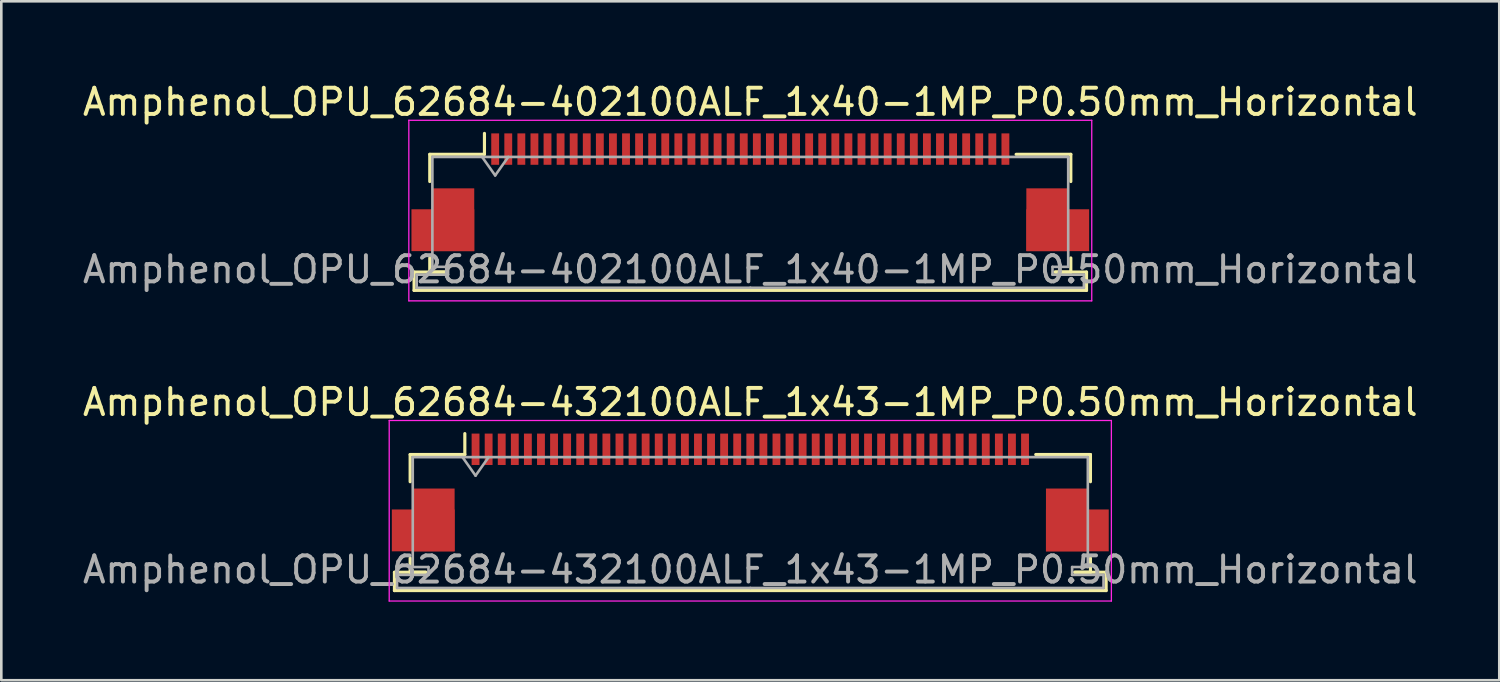
<source format=kicad_pcb>
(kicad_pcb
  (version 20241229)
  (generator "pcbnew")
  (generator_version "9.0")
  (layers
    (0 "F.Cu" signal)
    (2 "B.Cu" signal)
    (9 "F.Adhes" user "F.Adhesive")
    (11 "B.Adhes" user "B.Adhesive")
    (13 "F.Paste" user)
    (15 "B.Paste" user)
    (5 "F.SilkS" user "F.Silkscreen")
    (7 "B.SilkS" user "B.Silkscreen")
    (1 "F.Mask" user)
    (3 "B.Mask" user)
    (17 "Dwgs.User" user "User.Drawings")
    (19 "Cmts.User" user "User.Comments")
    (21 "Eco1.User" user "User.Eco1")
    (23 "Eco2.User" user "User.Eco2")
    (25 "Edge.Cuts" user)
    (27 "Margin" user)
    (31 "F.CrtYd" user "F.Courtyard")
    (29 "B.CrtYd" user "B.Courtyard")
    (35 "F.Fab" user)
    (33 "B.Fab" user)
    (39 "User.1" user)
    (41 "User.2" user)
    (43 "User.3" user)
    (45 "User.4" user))
  (footprint "Amphenol_OPU_62684-432100ALF_1x43-1MP_P0.50mm_Horizontal"
    (layer "F.Cu")
    (at 25.625 15.771)
    (property "Reference" "Amphenol_OPU_62684-432100ALF_1x43-1MP_P0.50mm_Horizontal" (at 0 -3.45 0) (layer "F.SilkS") (effects (font (size 1 1) (thickness 0.15))))
    (attr smd)
    (fp_line (start -13.6 3.05) (end -13.6 3.75) (stroke (width 0.12) (type solid)) (layer "F.SilkS"))
    (fp_line (start -13.6 3.75) (end 13.6 3.75) (stroke (width 0.12) (type solid)) (layer "F.SilkS"))
    (fp_line (start -13 -1.45) (end -13 -0.41) (stroke (width 0.12) (type solid)) (layer "F.SilkS"))
    (fp_line (start -13 2.51) (end -13 3.05) (stroke (width 0.12) (type solid)) (layer "F.SilkS"))
    (fp_line (start -13 3.05) (end -12.4 3.05) (stroke (width 0.12) (type solid)) (layer "F.SilkS"))
    (fp_line (start -12.4 3.05) (end -13.6 3.05) (stroke (width 0.12) (type solid)) (layer "F.SilkS"))
    (fp_line (start -10.91 -1.45) (end -13 -1.45) (stroke (width 0.12) (type solid)) (layer "F.SilkS"))
    (fp_line (start -10.91 -1.45) (end -10.91 -2.25) (stroke (width 0.12) (type solid)) (layer "F.SilkS"))
    (fp_line (start 10.91 -1.45) (end 13 -1.45) (stroke (width 0.12) (type solid)) (layer "F.SilkS"))
    (fp_line (start 12.4 3.05) (end 13 3.05) (stroke (width 0.12) (type solid)) (layer "F.SilkS"))
    (fp_line (start 13 -1.45) (end 13 -0.41) (stroke (width 0.12) (type solid)) (layer "F.SilkS"))
    (fp_line (start 13 3.05) (end 13 2.51) (stroke (width 0.12) (type solid)) (layer "F.SilkS"))
    (fp_line (start 13.6 3.05) (end 12.4 3.05) (stroke (width 0.12) (type solid)) (layer "F.SilkS"))
    (fp_line (start 13.6 3.75) (end 13.6 3.05) (stroke (width 0.12) (type solid)) (layer "F.SilkS"))
    (fp_line (start -13.8 -2.75) (end -13.8 4.15) (stroke (width 0.05) (type solid)) (layer "F.CrtYd"))
    (fp_line (start -13.8 4.15) (end 13.8 4.15) (stroke (width 0.05) (type solid)) (layer "F.CrtYd"))
    (fp_line (start 13.8 -2.75) (end -13.8 -2.75) (stroke (width 0.05) (type solid)) (layer "F.CrtYd"))
    (fp_line (start 13.8 4.15) (end 13.8 -2.75) (stroke (width 0.05) (type solid)) (layer "F.CrtYd"))
    (fp_line (start -13.5 3.15) (end -13.5 3.65) (stroke (width 0.1) (type solid)) (layer "F.Fab"))
    (fp_line (start -13.5 3.65) (end 0 3.65) (stroke (width 0.1) (type solid)) (layer "F.Fab"))
    (fp_line (start -12.9 -1.35) (end -12.9 2.85) (stroke (width 0.1) (type solid)) (layer "F.Fab"))
    (fp_line (start -12.9 2.85) (end -12.3 2.85) (stroke (width 0.1) (type solid)) (layer "F.Fab"))
    (fp_line (start -12.3 2.85) (end -12.3 3.15) (stroke (width 0.1) (type solid)) (layer "F.Fab"))
    (fp_line (start -12.3 3.15) (end -13.5 3.15) (stroke (width 0.1) (type solid)) (layer "F.Fab"))
    (fp_line (start -11 -1.35) (end -10.5 -0.643) (stroke (width 0.1) (type solid)) (layer "F.Fab"))
    (fp_line (start -10.5 -0.643) (end -10 -1.35) (stroke (width 0.1) (type solid)) (layer "F.Fab"))
    (fp_line (start 0 -1.35) (end -12.9 -1.35) (stroke (width 0.1) (type solid)) (layer "F.Fab"))
    (fp_line (start 0 -1.35) (end 12.9 -1.35) (stroke (width 0.1) (type solid)) (layer "F.Fab"))
    (fp_line (start 12.3 2.85) (end 12.3 3.15) (stroke (width 0.1) (type solid)) (layer "F.Fab"))
    (fp_line (start 12.3 3.15) (end 13.5 3.15) (stroke (width 0.1) (type solid)) (layer "F.Fab"))
    (fp_line (start 12.9 -1.35) (end 12.9 2.85) (stroke (width 0.1) (type solid)) (layer "F.Fab"))
    (fp_line (start 12.9 2.85) (end 12.3 2.85) (stroke (width 0.1) (type solid)) (layer "F.Fab"))
    (fp_line (start 13.5 3.15) (end 13.5 3.65) (stroke (width 0.1) (type solid)) (layer "F.Fab"))
    (fp_line (start 13.5 3.65) (end 0 3.65) (stroke (width 0.1) (type solid)) (layer "F.Fab"))
    (fp_text user "${REFERENCE}" (at 0 2.95 0) (layer "F.Fab") (effects (font (size 1 1) (thickness 0.15))))
    (pad "1" smd rect (at -10.5 -1.65) (size 0.3 1.2) (layers "F.Cu" "F.Mask" "F.Paste"))
    (pad "2" smd rect (at -10 -1.65) (size 0.3 1.2) (layers "F.Cu" "F.Mask" "F.Paste"))
    (pad "3" smd rect (at -9.5 -1.65) (size 0.3 1.2) (layers "F.Cu" "F.Mask" "F.Paste"))
    (pad "4" smd rect (at -9 -1.65) (size 0.3 1.2) (layers "F.Cu" "F.Mask" "F.Paste"))
    (pad "5" smd rect (at -8.5 -1.65) (size 0.3 1.2) (layers "F.Cu" "F.Mask" "F.Paste"))
    (pad "6" smd rect (at -8 -1.65) (size 0.3 1.2) (layers "F.Cu" "F.Mask" "F.Paste"))
    (pad "7" smd rect (at -7.5 -1.65) (size 0.3 1.2) (layers "F.Cu" "F.Mask" "F.Paste"))
    (pad "8" smd rect (at -7 -1.65) (size 0.3 1.2) (layers "F.Cu" "F.Mask" "F.Paste"))
    (pad "9" smd rect (at -6.5 -1.65) (size 0.3 1.2) (layers "F.Cu" "F.Mask" "F.Paste"))
    (pad "10" smd rect (at -6 -1.65) (size 0.3 1.2) (layers "F.Cu" "F.Mask" "F.Paste"))
    (pad "11" smd rect (at -5.5 -1.65) (size 0.3 1.2) (layers "F.Cu" "F.Mask" "F.Paste"))
    (pad "12" smd rect (at -5 -1.65) (size 0.3 1.2) (layers "F.Cu" "F.Mask" "F.Paste"))
    (pad "13" smd rect (at -4.5 -1.65) (size 0.3 1.2) (layers "F.Cu" "F.Mask" "F.Paste"))
    (pad "14" smd rect (at -4 -1.65) (size 0.3 1.2) (layers "F.Cu" "F.Mask" "F.Paste"))
    (pad "15" smd rect (at -3.5 -1.65) (size 0.3 1.2) (layers "F.Cu" "F.Mask" "F.Paste"))
    (pad "16" smd rect (at -3 -1.65) (size 0.3 1.2) (layers "F.Cu" "F.Mask" "F.Paste"))
    (pad "17" smd rect (at -2.5 -1.65) (size 0.3 1.2) (layers "F.Cu" "F.Mask" "F.Paste"))
    (pad "18" smd rect (at -2 -1.65) (size 0.3 1.2) (layers "F.Cu" "F.Mask" "F.Paste"))
    (pad "19" smd rect (at -1.5 -1.65) (size 0.3 1.2) (layers "F.Cu" "F.Mask" "F.Paste"))
    (pad "20" smd rect (at -1 -1.65) (size 0.3 1.2) (layers "F.Cu" "F.Mask" "F.Paste"))
    (pad "21" smd rect (at -0.5 -1.65) (size 0.3 1.2) (layers "F.Cu" "F.Mask" "F.Paste"))
    (pad "22" smd rect (at 0 -1.65) (size 0.3 1.2) (layers "F.Cu" "F.Mask" "F.Paste"))
    (pad "23" smd rect (at 0.5 -1.65) (size 0.3 1.2) (layers "F.Cu" "F.Mask" "F.Paste"))
    (pad "24" smd rect (at 1 -1.65) (size 0.3 1.2) (layers "F.Cu" "F.Mask" "F.Paste"))
    (pad "25" smd rect (at 1.5 -1.65) (size 0.3 1.2) (layers "F.Cu" "F.Mask" "F.Paste"))
    (pad "26" smd rect (at 2 -1.65) (size 0.3 1.2) (layers "F.Cu" "F.Mask" "F.Paste"))
    (pad "27" smd rect (at 2.5 -1.65) (size 0.3 1.2) (layers "F.Cu" "F.Mask" "F.Paste"))
    (pad "28" smd rect (at 3 -1.65) (size 0.3 1.2) (layers "F.Cu" "F.Mask" "F.Paste"))
    (pad "29" smd rect (at 3.5 -1.65) (size 0.3 1.2) (layers "F.Cu" "F.Mask" "F.Paste"))
    (pad "30" smd rect (at 4 -1.65) (size 0.3 1.2) (layers "F.Cu" "F.Mask" "F.Paste"))
    (pad "31" smd rect (at 4.5 -1.65) (size 0.3 1.2) (layers "F.Cu" "F.Mask" "F.Paste"))
    (pad "32" smd rect (at 5 -1.65) (size 0.3 1.2) (layers "F.Cu" "F.Mask" "F.Paste"))
    (pad "33" smd rect (at 5.5 -1.65) (size 0.3 1.2) (layers "F.Cu" "F.Mask" "F.Paste"))
    (pad "34" smd rect (at 6 -1.65) (size 0.3 1.2) (layers "F.Cu" "F.Mask" "F.Paste"))
    (pad "35" smd rect (at 6.5 -1.65) (size 0.3 1.2) (layers "F.Cu" "F.Mask" "F.Paste"))
    (pad "36" smd rect (at 7 -1.65) (size 0.3 1.2) (layers "F.Cu" "F.Mask" "F.Paste"))
    (pad "37" smd rect (at 7.5 -1.65) (size 0.3 1.2) (layers "F.Cu" "F.Mask" "F.Paste"))
    (pad "38" smd rect (at 8 -1.65) (size 0.3 1.2) (layers "F.Cu" "F.Mask" "F.Paste"))
    (pad "39" smd rect (at 8.5 -1.65) (size 0.3 1.2) (layers "F.Cu" "F.Mask" "F.Paste"))
    (pad "40" smd rect (at 9 -1.65) (size 0.3 1.2) (layers "F.Cu" "F.Mask" "F.Paste"))
    (pad "41" smd rect (at 9.5 -1.65) (size 0.3 1.2) (layers "F.Cu" "F.Mask" "F.Paste"))
    (pad "42" smd rect (at 10 -1.65) (size 0.3 1.2) (layers "F.Cu" "F.Mask" "F.Paste"))
    (pad "43" smd rect (at 10.5 -1.65) (size 0.3 1.2) (layers "F.Cu" "F.Mask" "F.Paste"))
    (pad "MP" smd rect (at -12.5 1.45) (size 2.4 1.6) (layers "F.Cu" "F.Mask" "F.Paste"))
    (pad "MP" smd rect (at -12.1 1.05) (size 1.6 2.4) (layers "F.Cu" "F.Mask" "F.Paste"))
    (pad "MP" smd rect (at 12.1 1.05) (size 1.6 2.4) (layers "F.Cu" "F.Mask" "F.Paste"))
    (pad "MP" smd rect (at 12.5 1.45) (size 2.4 1.6) (layers "F.Cu" "F.Mask" "F.Paste")))
  (footprint "Amphenol_OPU_62684-402100ALF_1x40-1MP_P0.50mm_Horizontal"
    (layer "F.Cu")
    (at 25.625 4.298)
    (property "Reference" "Amphenol_OPU_62684-402100ALF_1x40-1MP_P0.50mm_Horizontal" (at 0 -3.45 0) (layer "F.SilkS") (effects (font (size 1 1) (thickness 0.15))))
    (attr smd)
    (fp_line (start -12.85 3.05) (end -12.85 3.75) (stroke (width 0.12) (type solid)) (layer "F.SilkS"))
    (fp_line (start -12.85 3.75) (end 12.85 3.75) (stroke (width 0.12) (type solid)) (layer "F.SilkS"))
    (fp_line (start -12.25 -1.45) (end -12.25 -0.41) (stroke (width 0.12) (type solid)) (layer "F.SilkS"))
    (fp_line (start -12.25 2.51) (end -12.25 3.05) (stroke (width 0.12) (type solid)) (layer "F.SilkS"))
    (fp_line (start -12.25 3.05) (end -11.65 3.05) (stroke (width 0.12) (type solid)) (layer "F.SilkS"))
    (fp_line (start -11.65 3.05) (end -12.85 3.05) (stroke (width 0.12) (type solid)) (layer "F.SilkS"))
    (fp_line (start -10.16 -1.45) (end -12.25 -1.45) (stroke (width 0.12) (type solid)) (layer "F.SilkS"))
    (fp_line (start -10.16 -1.45) (end -10.16 -2.25) (stroke (width 0.12) (type solid)) (layer "F.SilkS"))
    (fp_line (start 10.16 -1.45) (end 12.25 -1.45) (stroke (width 0.12) (type solid)) (layer "F.SilkS"))
    (fp_line (start 11.65 3.05) (end 12.25 3.05) (stroke (width 0.12) (type solid)) (layer "F.SilkS"))
    (fp_line (start 12.25 -1.45) (end 12.25 -0.41) (stroke (width 0.12) (type solid)) (layer "F.SilkS"))
    (fp_line (start 12.25 3.05) (end 12.25 2.51) (stroke (width 0.12) (type solid)) (layer "F.SilkS"))
    (fp_line (start 12.85 3.05) (end 11.65 3.05) (stroke (width 0.12) (type solid)) (layer "F.SilkS"))
    (fp_line (start 12.85 3.75) (end 12.85 3.05) (stroke (width 0.12) (type solid)) (layer "F.SilkS"))
    (fp_line (start -13.05 -2.75) (end -13.05 4.15) (stroke (width 0.05) (type solid)) (layer "F.CrtYd"))
    (fp_line (start -13.05 4.15) (end 13.05 4.15) (stroke (width 0.05) (type solid)) (layer "F.CrtYd"))
    (fp_line (start 13.05 -2.75) (end -13.05 -2.75) (stroke (width 0.05) (type solid)) (layer "F.CrtYd"))
    (fp_line (start 13.05 4.15) (end 13.05 -2.75) (stroke (width 0.05) (type solid)) (layer "F.CrtYd"))
    (fp_line (start -12.75 3.15) (end -12.75 3.65) (stroke (width 0.1) (type solid)) (layer "F.Fab"))
    (fp_line (start -12.75 3.65) (end 0 3.65) (stroke (width 0.1) (type solid)) (layer "F.Fab"))
    (fp_line (start -12.15 -1.35) (end -12.15 2.85) (stroke (width 0.1) (type solid)) (layer "F.Fab"))
    (fp_line (start -12.15 2.85) (end -11.55 2.85) (stroke (width 0.1) (type solid)) (layer "F.Fab"))
    (fp_line (start -11.55 2.85) (end -11.55 3.15) (stroke (width 0.1) (type solid)) (layer "F.Fab"))
    (fp_line (start -11.55 3.15) (end -12.75 3.15) (stroke (width 0.1) (type solid)) (layer "F.Fab"))
    (fp_line (start -10.25 -1.35) (end -9.75 -0.643) (stroke (width 0.1) (type solid)) (layer "F.Fab"))
    (fp_line (start -9.75 -0.643) (end -9.25 -1.35) (stroke (width 0.1) (type solid)) (layer "F.Fab"))
    (fp_line (start 0 -1.35) (end -12.15 -1.35) (stroke (width 0.1) (type solid)) (layer "F.Fab"))
    (fp_line (start 0 -1.35) (end 12.15 -1.35) (stroke (width 0.1) (type solid)) (layer "F.Fab"))
    (fp_line (start 11.55 2.85) (end 11.55 3.15) (stroke (width 0.1) (type solid)) (layer "F.Fab"))
    (fp_line (start 11.55 3.15) (end 12.75 3.15) (stroke (width 0.1) (type solid)) (layer "F.Fab"))
    (fp_line (start 12.15 -1.35) (end 12.15 2.85) (stroke (width 0.1) (type solid)) (layer "F.Fab"))
    (fp_line (start 12.15 2.85) (end 11.55 2.85) (stroke (width 0.1) (type solid)) (layer "F.Fab"))
    (fp_line (start 12.75 3.15) (end 12.75 3.65) (stroke (width 0.1) (type solid)) (layer "F.Fab"))
    (fp_line (start 12.75 3.65) (end 0 3.65) (stroke (width 0.1) (type solid)) (layer "F.Fab"))
    (fp_text user "${REFERENCE}" (at 0 2.95 0) (layer "F.Fab") (effects (font (size 1 1) (thickness 0.15))))
    (pad "1" smd rect (at -9.75 -1.65) (size 0.3 1.2) (layers "F.Cu" "F.Mask" "F.Paste"))
    (pad "2" smd rect (at -9.25 -1.65) (size 0.3 1.2) (layers "F.Cu" "F.Mask" "F.Paste"))
    (pad "3" smd rect (at -8.75 -1.65) (size 0.3 1.2) (layers "F.Cu" "F.Mask" "F.Paste"))
    (pad "4" smd rect (at -8.25 -1.65) (size 0.3 1.2) (layers "F.Cu" "F.Mask" "F.Paste"))
    (pad "5" smd rect (at -7.75 -1.65) (size 0.3 1.2) (layers "F.Cu" "F.Mask" "F.Paste"))
    (pad "6" smd rect (at -7.25 -1.65) (size 0.3 1.2) (layers "F.Cu" "F.Mask" "F.Paste"))
    (pad "7" smd rect (at -6.75 -1.65) (size 0.3 1.2) (layers "F.Cu" "F.Mask" "F.Paste"))
    (pad "8" smd rect (at -6.25 -1.65) (size 0.3 1.2) (layers "F.Cu" "F.Mask" "F.Paste"))
    (pad "9" smd rect (at -5.75 -1.65) (size 0.3 1.2) (layers "F.Cu" "F.Mask" "F.Paste"))
    (pad "10" smd rect (at -5.25 -1.65) (size 0.3 1.2) (layers "F.Cu" "F.Mask" "F.Paste"))
    (pad "11" smd rect (at -4.75 -1.65) (size 0.3 1.2) (layers "F.Cu" "F.Mask" "F.Paste"))
    (pad "12" smd rect (at -4.25 -1.65) (size 0.3 1.2) (layers "F.Cu" "F.Mask" "F.Paste"))
    (pad "13" smd rect (at -3.75 -1.65) (size 0.3 1.2) (layers "F.Cu" "F.Mask" "F.Paste"))
    (pad "14" smd rect (at -3.25 -1.65) (size 0.3 1.2) (layers "F.Cu" "F.Mask" "F.Paste"))
    (pad "15" smd rect (at -2.75 -1.65) (size 0.3 1.2) (layers "F.Cu" "F.Mask" "F.Paste"))
    (pad "16" smd rect (at -2.25 -1.65) (size 0.3 1.2) (layers "F.Cu" "F.Mask" "F.Paste"))
    (pad "17" smd rect (at -1.75 -1.65) (size 0.3 1.2) (layers "F.Cu" "F.Mask" "F.Paste"))
    (pad "18" smd rect (at -1.25 -1.65) (size 0.3 1.2) (layers "F.Cu" "F.Mask" "F.Paste"))
    (pad "19" smd rect (at -0.75 -1.65) (size 0.3 1.2) (layers "F.Cu" "F.Mask" "F.Paste"))
    (pad "20" smd rect (at -0.25 -1.65) (size 0.3 1.2) (layers "F.Cu" "F.Mask" "F.Paste"))
    (pad "21" smd rect (at 0.25 -1.65) (size 0.3 1.2) (layers "F.Cu" "F.Mask" "F.Paste"))
    (pad "22" smd rect (at 0.75 -1.65) (size 0.3 1.2) (layers "F.Cu" "F.Mask" "F.Paste"))
    (pad "23" smd rect (at 1.25 -1.65) (size 0.3 1.2) (layers "F.Cu" "F.Mask" "F.Paste"))
    (pad "24" smd rect (at 1.75 -1.65) (size 0.3 1.2) (layers "F.Cu" "F.Mask" "F.Paste"))
    (pad "25" smd rect (at 2.25 -1.65) (size 0.3 1.2) (layers "F.Cu" "F.Mask" "F.Paste"))
    (pad "26" smd rect (at 2.75 -1.65) (size 0.3 1.2) (layers "F.Cu" "F.Mask" "F.Paste"))
    (pad "27" smd rect (at 3.25 -1.65) (size 0.3 1.2) (layers "F.Cu" "F.Mask" "F.Paste"))
    (pad "28" smd rect (at 3.75 -1.65) (size 0.3 1.2) (layers "F.Cu" "F.Mask" "F.Paste"))
    (pad "29" smd rect (at 4.25 -1.65) (size 0.3 1.2) (layers "F.Cu" "F.Mask" "F.Paste"))
    (pad "30" smd rect (at 4.75 -1.65) (size 0.3 1.2) (layers "F.Cu" "F.Mask" "F.Paste"))
    (pad "31" smd rect (at 5.25 -1.65) (size 0.3 1.2) (layers "F.Cu" "F.Mask" "F.Paste"))
    (pad "32" smd rect (at 5.75 -1.65) (size 0.3 1.2) (layers "F.Cu" "F.Mask" "F.Paste"))
    (pad "33" smd rect (at 6.25 -1.65) (size 0.3 1.2) (layers "F.Cu" "F.Mask" "F.Paste"))
    (pad "34" smd rect (at 6.75 -1.65) (size 0.3 1.2) (layers "F.Cu" "F.Mask" "F.Paste"))
    (pad "35" smd rect (at 7.25 -1.65) (size 0.3 1.2) (layers "F.Cu" "F.Mask" "F.Paste"))
    (pad "36" smd rect (at 7.75 -1.65) (size 0.3 1.2) (layers "F.Cu" "F.Mask" "F.Paste"))
    (pad "37" smd rect (at 8.25 -1.65) (size 0.3 1.2) (layers "F.Cu" "F.Mask" "F.Paste"))
    (pad "38" smd rect (at 8.75 -1.65) (size 0.3 1.2) (layers "F.Cu" "F.Mask" "F.Paste"))
    (pad "39" smd rect (at 9.25 -1.65) (size 0.3 1.2) (layers "F.Cu" "F.Mask" "F.Paste"))
    (pad "40" smd rect (at 9.75 -1.65) (size 0.3 1.2) (layers "F.Cu" "F.Mask" "F.Paste"))
    (pad "MP" smd rect (at -11.75 1.45) (size 2.4 1.6) (layers "F.Cu" "F.Mask" "F.Paste"))
    (pad "MP" smd rect (at -11.35 1.05) (size 1.6 2.4) (layers "F.Cu" "F.Mask" "F.Paste"))
    (pad "MP" smd rect (at 11.35 1.05) (size 1.6 2.4) (layers "F.Cu" "F.Mask" "F.Paste"))
    (pad "MP" smd rect (at 11.75 1.45) (size 2.4 1.6) (layers "F.Cu" "F.Mask" "F.Paste")))
  (gr_rect
    (start -3 -3)
    (end 54.25 22.947)
    (stroke (width 0.1) (type default))
    (fill no)
    (layer "Edge.Cuts")))
</source>
